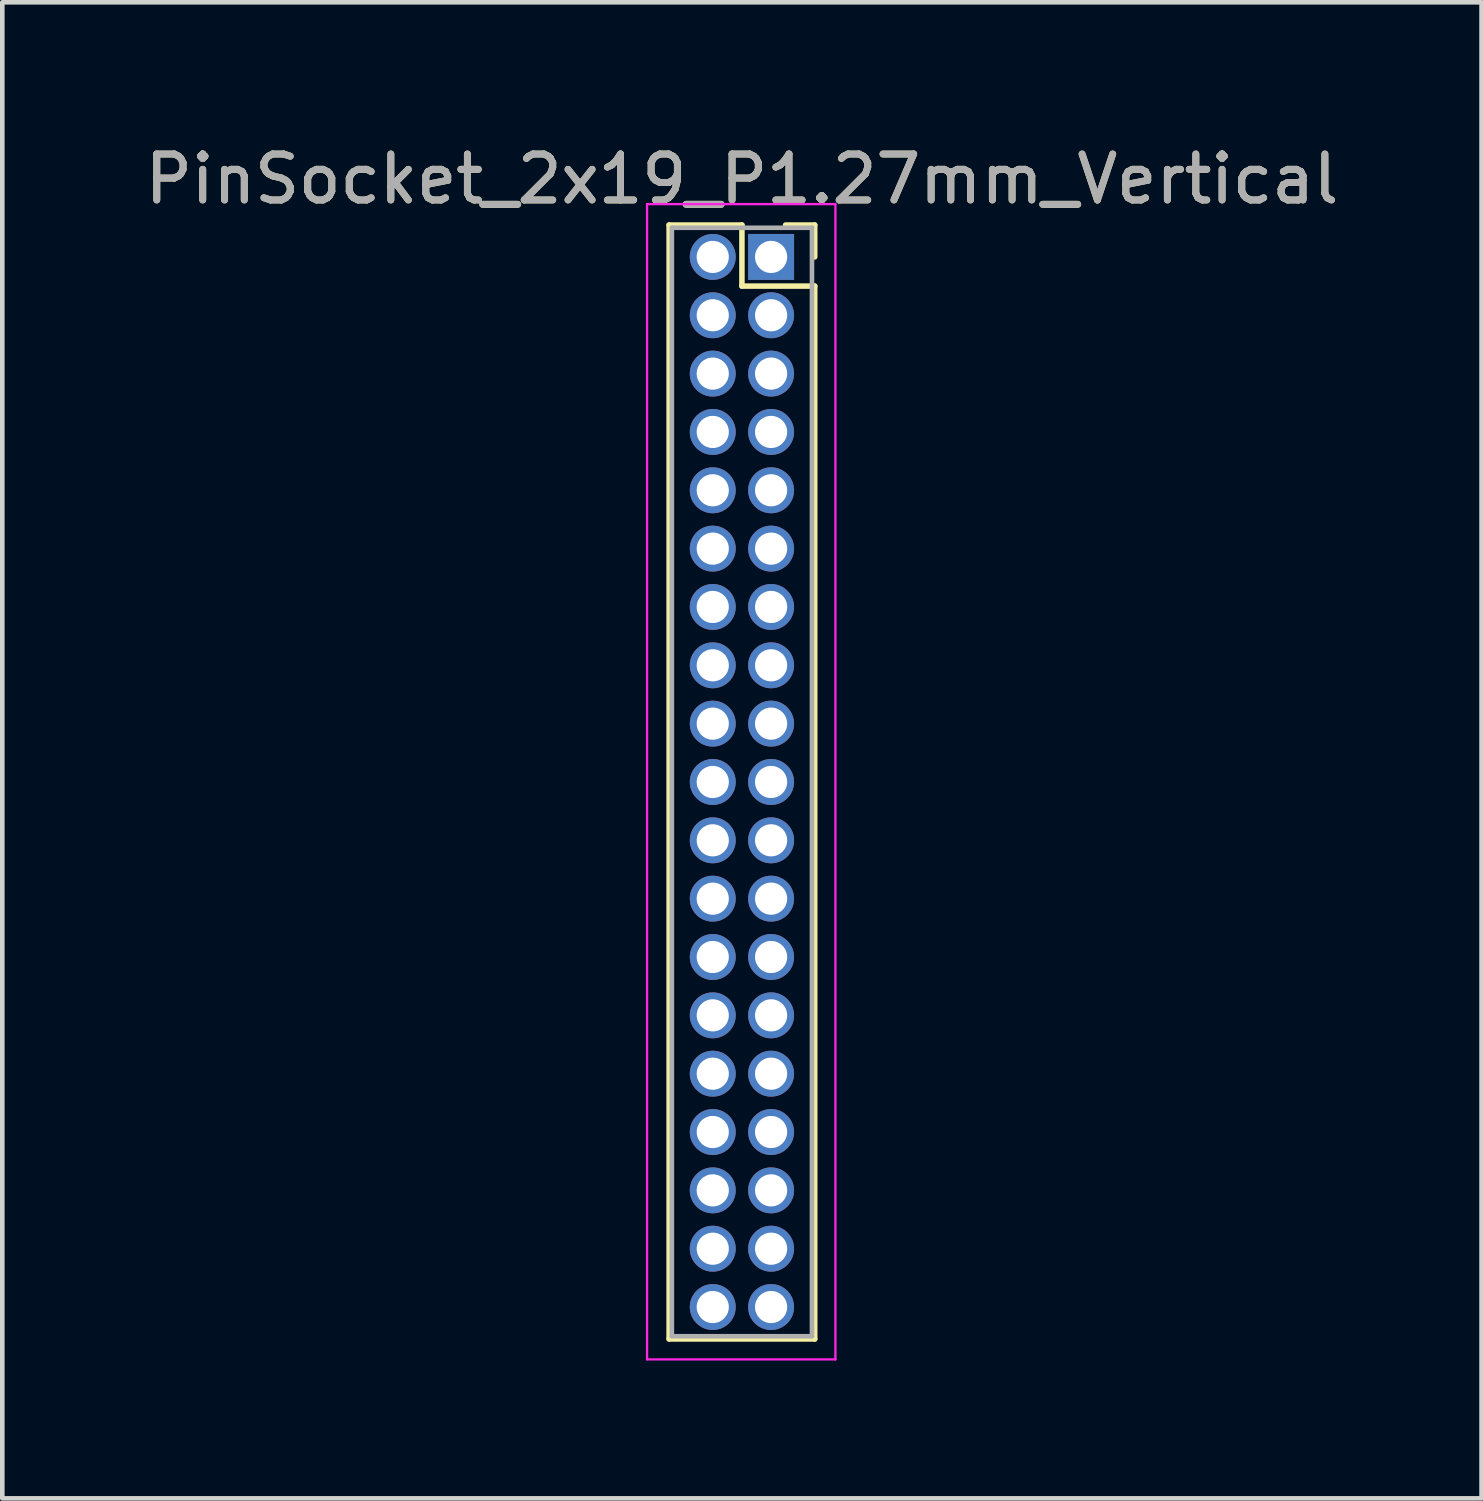
<source format=kicad_pcb>
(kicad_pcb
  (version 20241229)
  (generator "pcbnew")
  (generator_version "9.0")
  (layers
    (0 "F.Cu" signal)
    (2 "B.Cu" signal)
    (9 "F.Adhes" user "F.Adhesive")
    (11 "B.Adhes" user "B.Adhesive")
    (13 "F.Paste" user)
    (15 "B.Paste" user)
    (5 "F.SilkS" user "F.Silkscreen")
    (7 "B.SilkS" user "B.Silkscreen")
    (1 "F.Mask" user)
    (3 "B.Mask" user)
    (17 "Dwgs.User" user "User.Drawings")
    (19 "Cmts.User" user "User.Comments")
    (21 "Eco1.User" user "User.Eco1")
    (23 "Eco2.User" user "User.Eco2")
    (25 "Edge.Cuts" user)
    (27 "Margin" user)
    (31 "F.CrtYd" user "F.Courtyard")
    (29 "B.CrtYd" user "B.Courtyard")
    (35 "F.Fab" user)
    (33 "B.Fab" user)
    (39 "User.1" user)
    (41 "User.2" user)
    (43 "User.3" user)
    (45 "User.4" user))
  (footprint "PinSocket_2x19_P1.27mm_Vertical"
    (layer "F.Cu")
    (at 13.736 2.543)
    (property "Reference" "PinSocket_2x19_P1.27mm_Vertical" (at -0.635 -1.695 0) (layer "F.SilkS") (effects (font (size 1 1) (thickness 0.15))))
    (attr through_hole)
    (fp_line (start -2.22 -0.695) (end -0.635 -0.695) (stroke (width 0.12) (type solid)) (layer "F.SilkS"))
    (fp_line (start -2.22 23.555) (end -2.22 -0.695) (stroke (width 0.12) (type solid)) (layer "F.SilkS"))
    (fp_line (start -0.635 -0.695) (end -0.635 0.635) (stroke (width 0.12) (type solid)) (layer "F.SilkS"))
    (fp_line (start -0.635 0.635) (end 0.95 0.635) (stroke (width 0.12) (type solid)) (layer "F.SilkS"))
    (fp_line (start 0.95 -0.695) (end 0.315 -0.695) (stroke (width 0.12) (type solid)) (layer "F.SilkS"))
    (fp_line (start 0.95 0) (end 0.95 -0.695) (stroke (width 0.12) (type solid)) (layer "F.SilkS"))
    (fp_line (start 0.95 0.635) (end 0.95 23.555) (stroke (width 0.12) (type solid)) (layer "F.SilkS"))
    (fp_line (start 0.95 23.555) (end -2.22 23.555) (stroke (width 0.12) (type solid)) (layer "F.SilkS"))
    (fp_line (start -2.7 -1.15) (end -2.7 24) (stroke (width 0.05) (type solid)) (layer "F.CrtYd"))
    (fp_line (start -2.7 24) (end 1.4 24) (stroke (width 0.05) (type solid)) (layer "F.CrtYd"))
    (fp_line (start 1.4 -1.15) (end -2.7 -1.15) (stroke (width 0.05) (type solid)) (layer "F.CrtYd"))
    (fp_line (start 1.4 24) (end 1.4 -1.15) (stroke (width 0.05) (type solid)) (layer "F.CrtYd"))
    (fp_line (start -2.16 -0.635) (end -2.16 23.495) (stroke (width 0.1) (type solid)) (layer "F.Fab"))
    (fp_line (start -2.16 23.495) (end 0.89 23.495) (stroke (width 0.1) (type solid)) (layer "F.Fab"))
    (fp_line (start 0.89 -0.635) (end -2.16 -0.635) (stroke (width 0.1) (type solid)) (layer "F.Fab"))
    (fp_line (start 0.89 23.495) (end 0.89 -0.635) (stroke (width 0.1) (type solid)) (layer "F.Fab"))
    (fp_text user "${REFERENCE}" (at -0.635 -1.695 0) (layer "F.Fab") (effects (font (size 1 1) (thickness 0.15))))
    (pad "1" thru_hole rect (at 0 0) (size 1 1) (drill 0.7) (layers "*.Cu" "*.Mask"))
    (pad "2" thru_hole oval (at -1.27 0) (size 1 1) (drill 0.7) (layers "*.Cu" "*.Mask"))
    (pad "3" thru_hole oval (at 0 1.27) (size 1 1) (drill 0.7) (layers "*.Cu" "*.Mask"))
    (pad "4" thru_hole oval (at -1.27 1.27) (size 1 1) (drill 0.7) (layers "*.Cu" "*.Mask"))
    (pad "5" thru_hole oval (at 0 2.54) (size 1 1) (drill 0.7) (layers "*.Cu" "*.Mask"))
    (pad "6" thru_hole oval (at -1.27 2.54) (size 1 1) (drill 0.7) (layers "*.Cu" "*.Mask"))
    (pad "7" thru_hole oval (at 0 3.81) (size 1 1) (drill 0.7) (layers "*.Cu" "*.Mask"))
    (pad "8" thru_hole oval (at -1.27 3.81) (size 1 1) (drill 0.7) (layers "*.Cu" "*.Mask"))
    (pad "9" thru_hole oval (at 0 5.08) (size 1 1) (drill 0.7) (layers "*.Cu" "*.Mask"))
    (pad "10" thru_hole oval (at -1.27 5.08) (size 1 1) (drill 0.7) (layers "*.Cu" "*.Mask"))
    (pad "11" thru_hole oval (at 0 6.35) (size 1 1) (drill 0.7) (layers "*.Cu" "*.Mask"))
    (pad "12" thru_hole oval (at -1.27 6.35) (size 1 1) (drill 0.7) (layers "*.Cu" "*.Mask"))
    (pad "13" thru_hole oval (at 0 7.62) (size 1 1) (drill 0.7) (layers "*.Cu" "*.Mask"))
    (pad "14" thru_hole oval (at -1.27 7.62) (size 1 1) (drill 0.7) (layers "*.Cu" "*.Mask"))
    (pad "15" thru_hole oval (at 0 8.89) (size 1 1) (drill 0.7) (layers "*.Cu" "*.Mask"))
    (pad "16" thru_hole oval (at -1.27 8.89) (size 1 1) (drill 0.7) (layers "*.Cu" "*.Mask"))
    (pad "17" thru_hole oval (at 0 10.16) (size 1 1) (drill 0.7) (layers "*.Cu" "*.Mask"))
    (pad "18" thru_hole oval (at -1.27 10.16) (size 1 1) (drill 0.7) (layers "*.Cu" "*.Mask"))
    (pad "19" thru_hole oval (at 0 11.43) (size 1 1) (drill 0.7) (layers "*.Cu" "*.Mask"))
    (pad "20" thru_hole oval (at -1.27 11.43) (size 1 1) (drill 0.7) (layers "*.Cu" "*.Mask"))
    (pad "21" thru_hole oval (at 0 12.7) (size 1 1) (drill 0.7) (layers "*.Cu" "*.Mask"))
    (pad "22" thru_hole oval (at -1.27 12.7) (size 1 1) (drill 0.7) (layers "*.Cu" "*.Mask"))
    (pad "23" thru_hole oval (at 0 13.97) (size 1 1) (drill 0.7) (layers "*.Cu" "*.Mask"))
    (pad "24" thru_hole oval (at -1.27 13.97) (size 1 1) (drill 0.7) (layers "*.Cu" "*.Mask"))
    (pad "25" thru_hole oval (at 0 15.24) (size 1 1) (drill 0.7) (layers "*.Cu" "*.Mask"))
    (pad "26" thru_hole oval (at -1.27 15.24) (size 1 1) (drill 0.7) (layers "*.Cu" "*.Mask"))
    (pad "27" thru_hole oval (at 0 16.51) (size 1 1) (drill 0.7) (layers "*.Cu" "*.Mask"))
    (pad "28" thru_hole oval (at -1.27 16.51) (size 1 1) (drill 0.7) (layers "*.Cu" "*.Mask"))
    (pad "29" thru_hole oval (at 0 17.78) (size 1 1) (drill 0.7) (layers "*.Cu" "*.Mask"))
    (pad "30" thru_hole oval (at -1.27 17.78) (size 1 1) (drill 0.7) (layers "*.Cu" "*.Mask"))
    (pad "31" thru_hole oval (at 0 19.05) (size 1 1) (drill 0.7) (layers "*.Cu" "*.Mask"))
    (pad "32" thru_hole oval (at -1.27 19.05) (size 1 1) (drill 0.7) (layers "*.Cu" "*.Mask"))
    (pad "33" thru_hole oval (at 0 20.32) (size 1 1) (drill 0.7) (layers "*.Cu" "*.Mask"))
    (pad "34" thru_hole oval (at -1.27 20.32) (size 1 1) (drill 0.7) (layers "*.Cu" "*.Mask"))
    (pad "35" thru_hole oval (at 0 21.59) (size 1 1) (drill 0.7) (layers "*.Cu" "*.Mask"))
    (pad "36" thru_hole oval (at -1.27 21.59) (size 1 1) (drill 0.7) (layers "*.Cu" "*.Mask"))
    (pad "37" thru_hole oval (at 0 22.86) (size 1 1) (drill 0.7) (layers "*.Cu" "*.Mask"))
    (pad "38" thru_hole oval (at -1.27 22.86) (size 1 1) (drill 0.7) (layers "*.Cu" "*.Mask")))
  (gr_rect
    (start -3 -3)
    (end 29.202 29.568)
    (stroke (width 0.1) (type default))
    (fill no)
    (layer "Edge.Cuts")))
</source>
